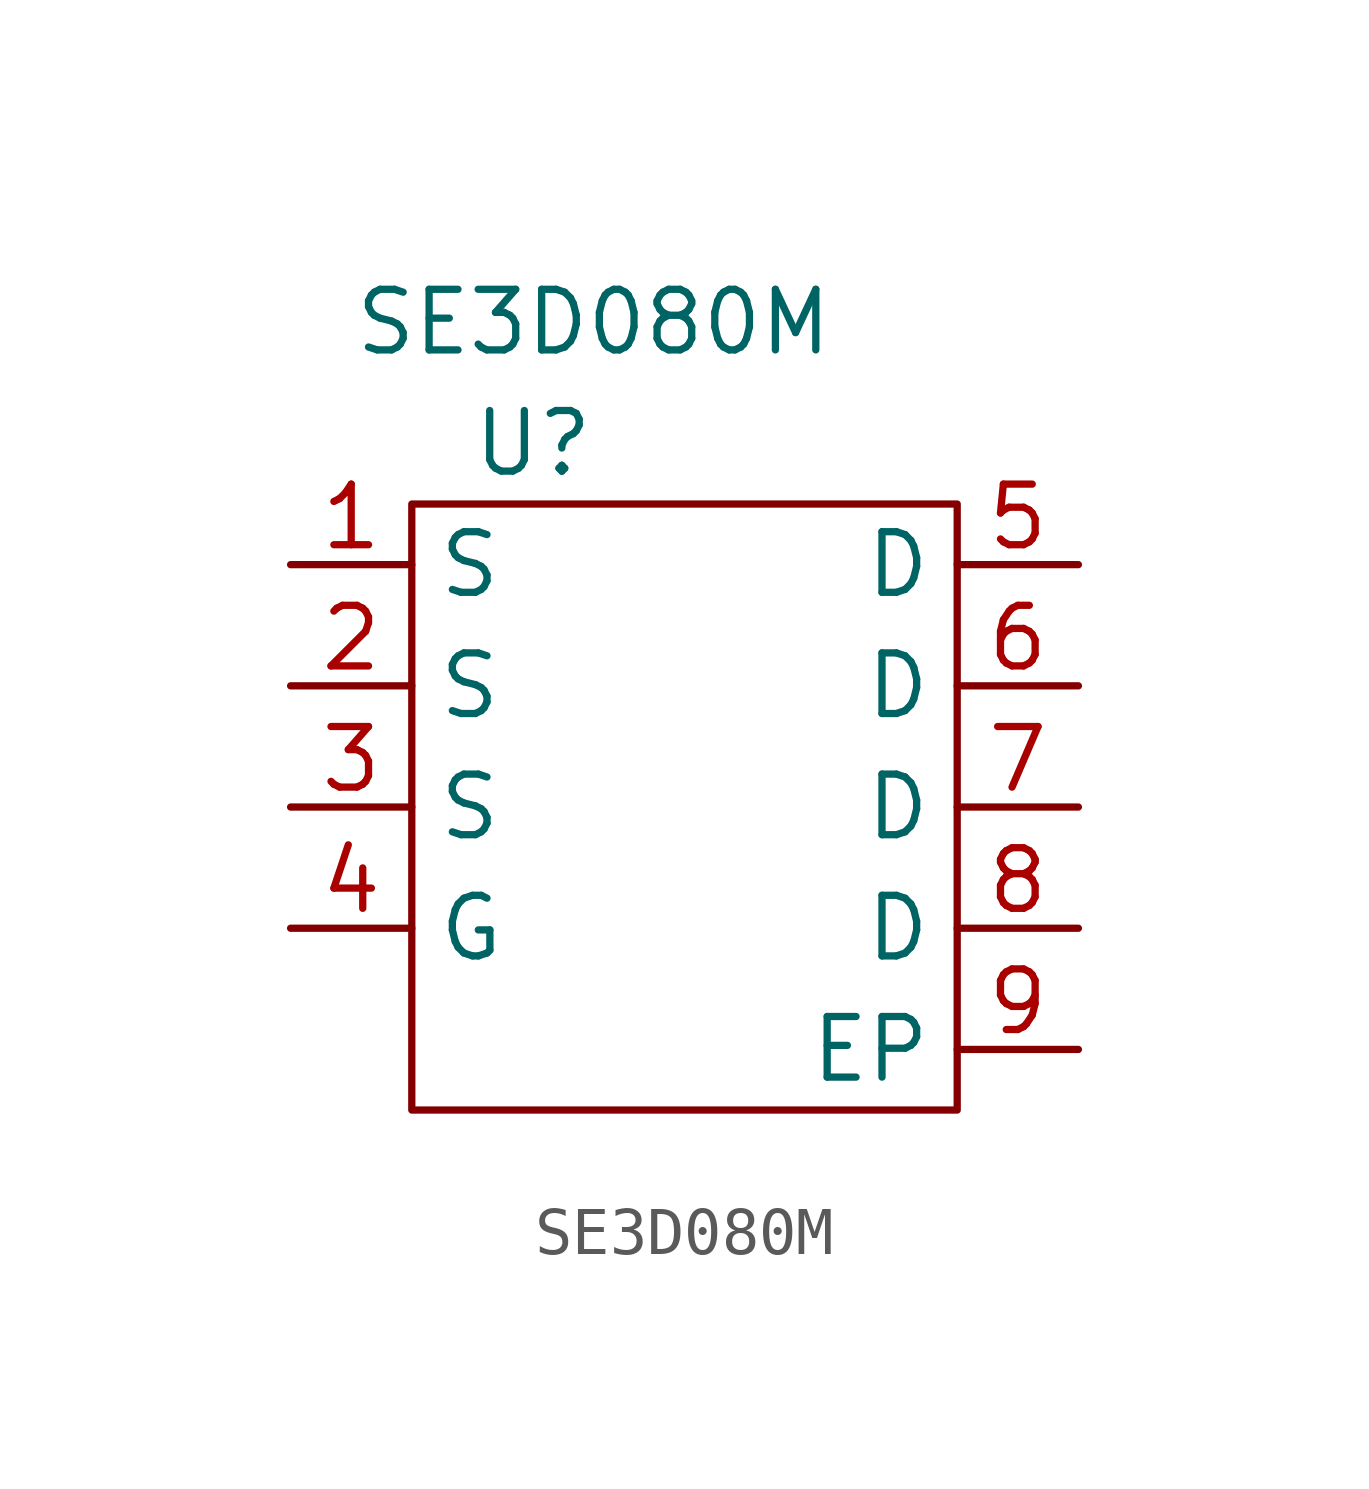
<source format=kicad_sym>
(kicad_symbol_lib
  (version 20211014)
  (generator kicad_symbol_editor)
  (symbol "SE3D080M"
    (property "Reference" "U"
      (at -5.08 1.27 0)
      (effects (font (size 1.27 1.27))))
    (property "Value" "SE3D080M"
      (at -3.81 3.81 0)
      (effects (font (size 1.27 1.27))))
    (symbol "SE3D080M_0_0"
      (pin unspecified line (at -10.16 -1.27 0) (length 2.54) (name "S" (effects (font (size 1.27 1.27)))) (number "1" (effects (font (size 1.27 1.27)))))
      (pin unspecified line (at -10.16 -3.81 0) (length 2.54) (name "S" (effects (font (size 1.27 1.27)))) (number "2" (effects (font (size 1.27 1.27)))))
      (pin unspecified line (at -10.16 -6.35 0) (length 2.54) (name "S" (effects (font (size 1.27 1.27)))) (number "3" (effects (font (size 1.27 1.27)))))
      (pin unspecified line (at -10.16 -8.89 0) (length 2.54) (name "G" (effects (font (size 1.27 1.27)))) (number "4" (effects (font (size 1.27 1.27)))))
      (pin unspecified line (at 6.35 -1.27 180) (length 2.54) (name "D" (effects (font (size 1.27 1.27)))) (number "5" (effects (font (size 1.27 1.27)))))
      (pin unspecified line (at 6.35 -3.81 180) (length 2.54) (name "D" (effects (font (size 1.27 1.27)))) (number "6" (effects (font (size 1.27 1.27)))))
      (pin unspecified line (at 6.35 -6.35 180) (length 2.54) (name "D" (effects (font (size 1.27 1.27)))) (number "7" (effects (font (size 1.27 1.27)))))
      (pin unspecified line (at 6.35 -8.89 180) (length 2.54) (name "D" (effects (font (size 1.27 1.27)))) (number "8" (effects (font (size 1.27 1.27)))))
      (pin unspecified line (at 6.35 -11.43 180) (length 2.54) (name "EP" (effects (font (size 1.27 1.27)))) (number "9" (effects (font (size 1.27 1.27))))))
    (symbol "SE3D080M_0_1"
      (rectangle (start -7.62 0) (end 3.81 -12.7) (stroke (width 0) (type default) (color 0 0 0 0)) (fill (type none))))))
</source>
